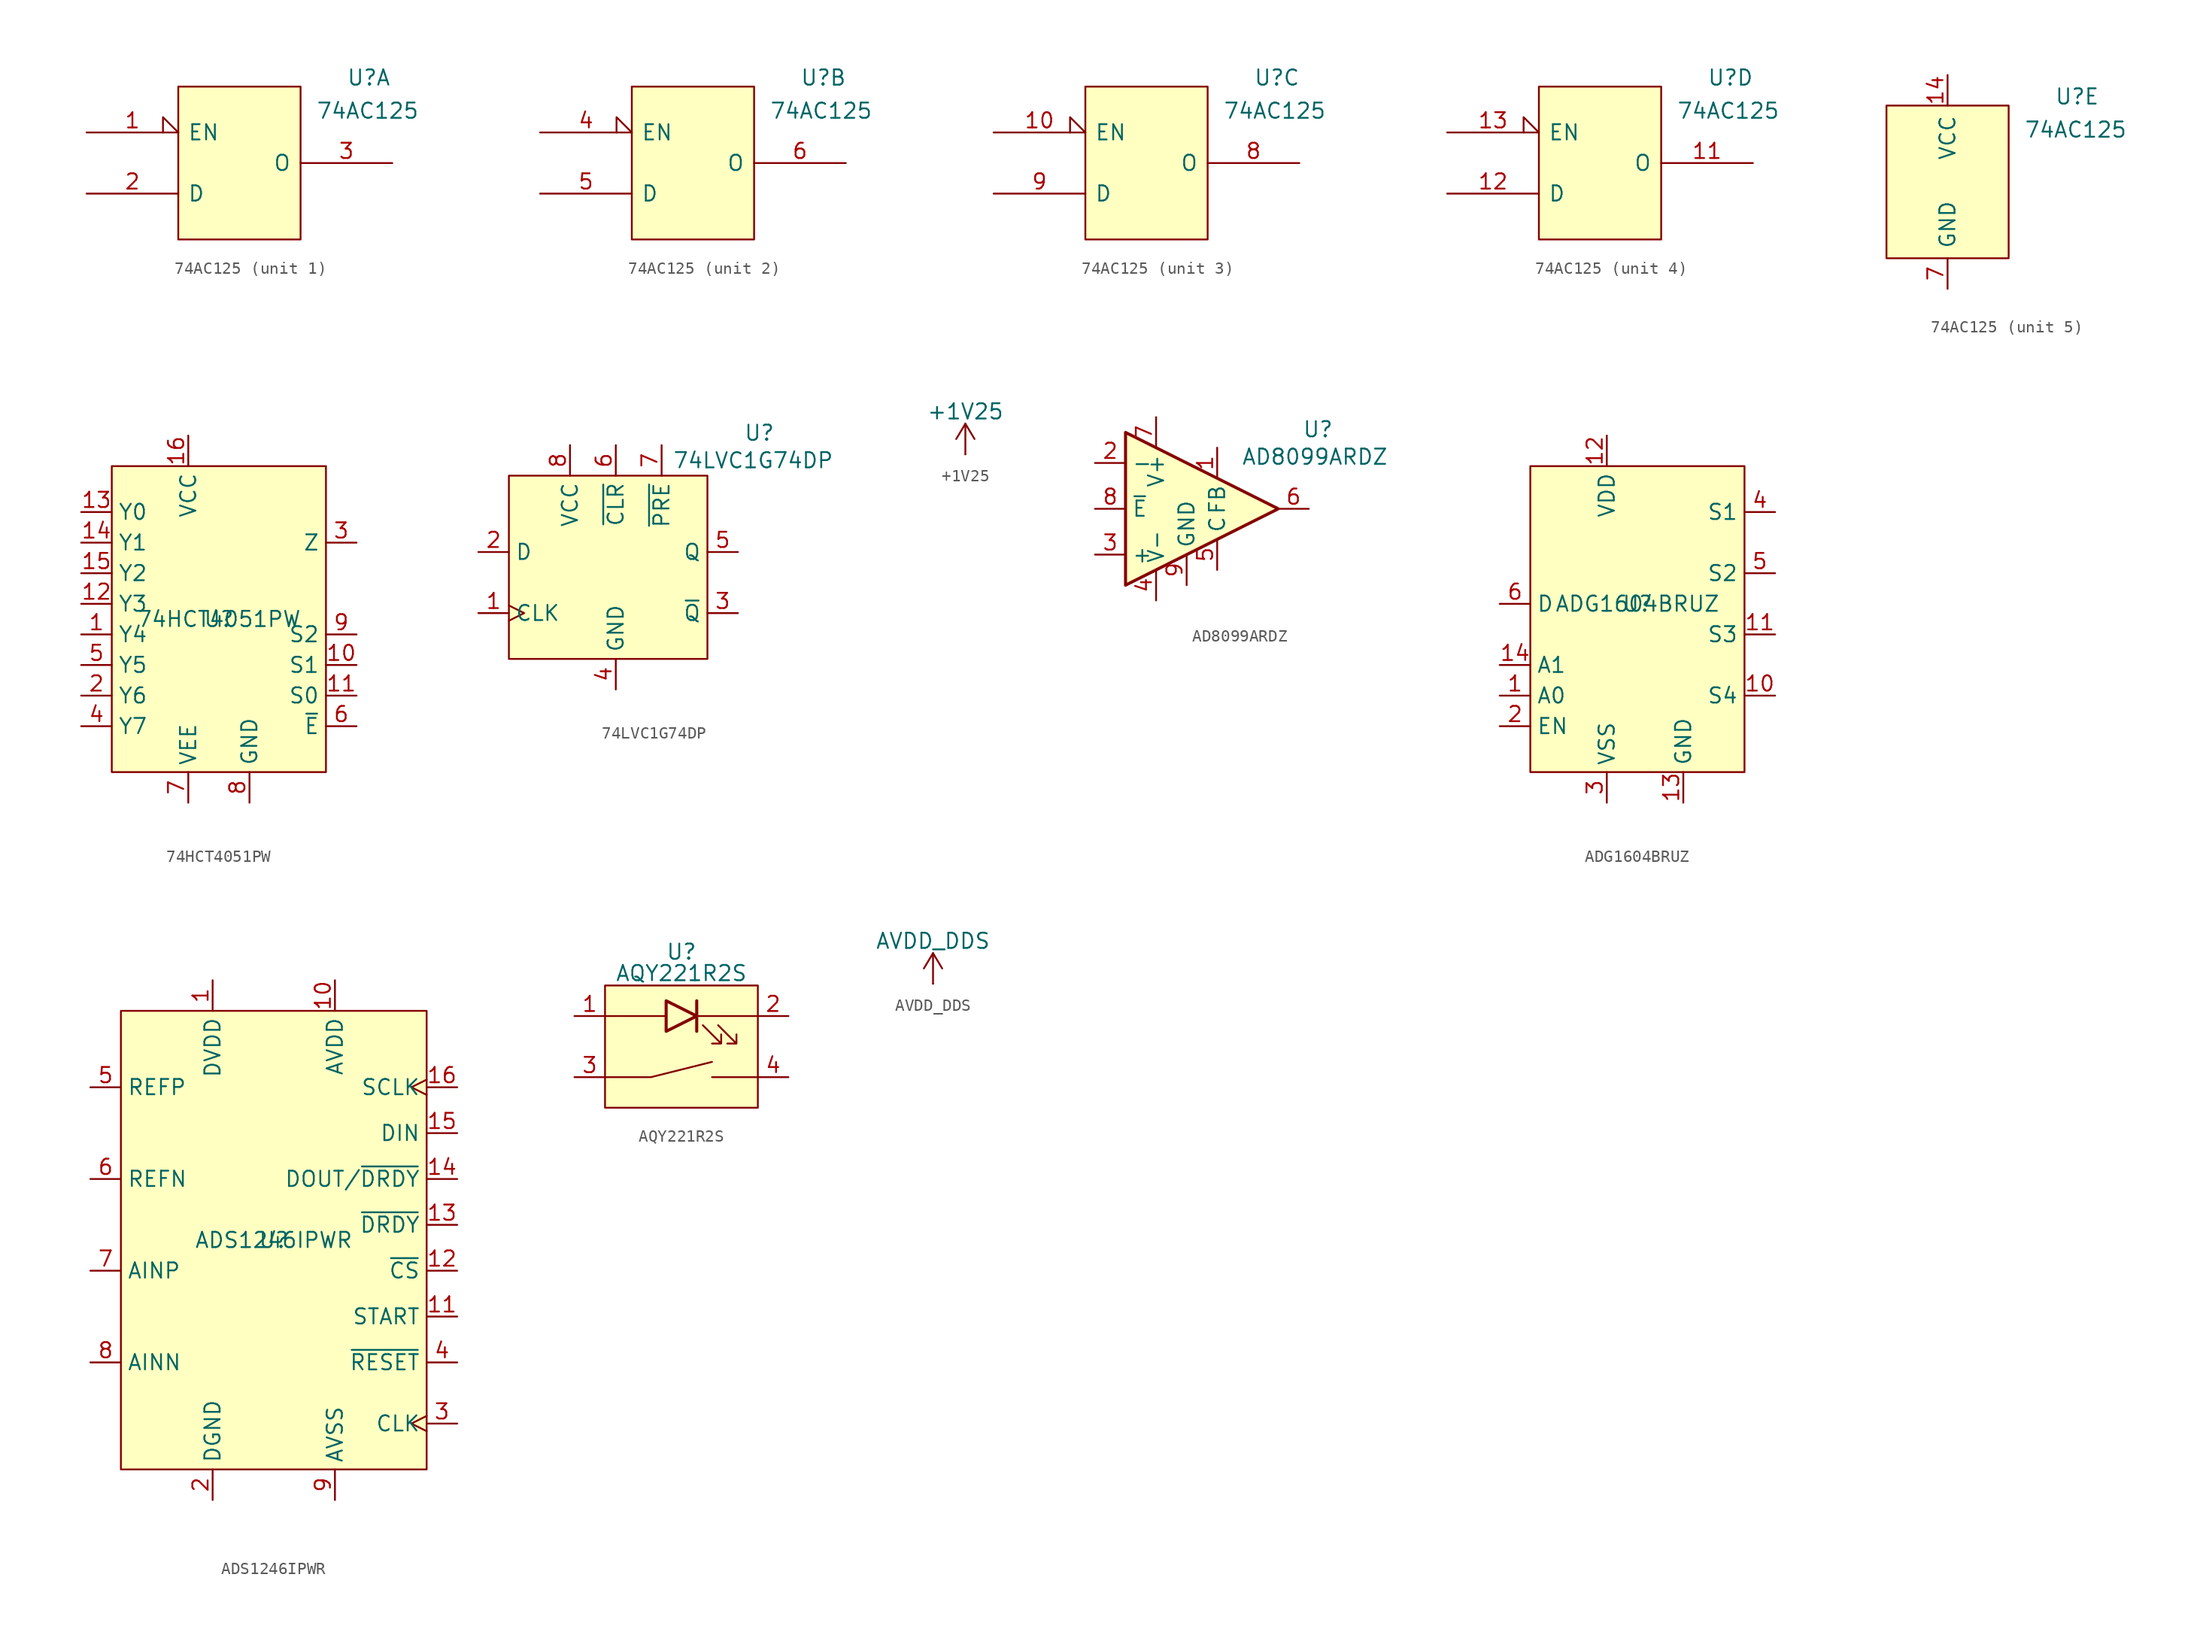
<source format=kicad_sym>
(kicad_symbol_lib
  (version 20231120)
  (generator "kicad_symbol_editor")
  (generator_version "8.0")
  (symbol "74AC125"
    (pin_names
      (offset 0.762))
    (property "Reference" "U"
      (at 8.89 6.35 0)
      (effects (font (size 1.27 1.27)) (justify left bottom)))
    (property "Value" "74AC125"
      (at 6.35 5.08 0)
      (effects (font (size 1.27 1.27)) (justify left top)))
    (symbol "74AC125_0_1"
      (rectangle (start -5.08 6.35) (end 5.08 -6.35) (stroke (width 0) (type default)) (fill (type background))))
    (symbol "74AC125_1_0"
      (pin input input_low (at -12.7 2.54 0) (length 7.62) (name "EN" (effects (font (size 1.27 1.27)))) (number "1" (effects (font (size 1.27 1.27))))))
    (symbol "74AC125_1_1"
      (pin input line (at -12.7 -2.54 0) (length 7.62) (name "D" (effects (font (size 1.27 1.27)))) (number "2" (effects (font (size 1.27 1.27)))))
      (pin tri_state line (at 12.7 0 180) (length 7.62) (name "O" (effects (font (size 1.27 1.27)))) (number "3" (effects (font (size 1.27 1.27))))))
    (symbol "74AC125_2_0"
      (pin input input_low (at -12.7 2.54 0) (length 7.62) (name "EN" (effects (font (size 1.27 1.27)))) (number "4" (effects (font (size 1.27 1.27))))))
    (symbol "74AC125_2_1"
      (pin input line (at -12.7 -2.54 0) (length 7.62) (name "D" (effects (font (size 1.27 1.27)))) (number "5" (effects (font (size 1.27 1.27)))))
      (pin tri_state line (at 12.7 0 180) (length 7.62) (name "O" (effects (font (size 1.27 1.27)))) (number "6" (effects (font (size 1.27 1.27))))))
    (symbol "74AC125_3_0"
      (pin input input_low (at -12.7 2.54 0) (length 7.62) (name "EN" (effects (font (size 1.27 1.27)))) (number "10" (effects (font (size 1.27 1.27))))))
    (symbol "74AC125_3_1"
      (pin tri_state line (at 12.7 0 180) (length 7.62) (name "O" (effects (font (size 1.27 1.27)))) (number "8" (effects (font (size 1.27 1.27)))))
      (pin input line (at -12.7 -2.54 0) (length 7.62) (name "D" (effects (font (size 1.27 1.27)))) (number "9" (effects (font (size 1.27 1.27))))))
    (symbol "74AC125_4_0"
      (pin input input_low (at -12.7 2.54 0) (length 7.62) (name "EN" (effects (font (size 1.27 1.27)))) (number "13" (effects (font (size 1.27 1.27))))))
    (symbol "74AC125_4_1"
      (pin tri_state line (at 12.7 0 180) (length 7.62) (name "O" (effects (font (size 1.27 1.27)))) (number "11" (effects (font (size 1.27 1.27)))))
      (pin input line (at -12.7 -2.54 0) (length 7.62) (name "D" (effects (font (size 1.27 1.27)))) (number "12" (effects (font (size 1.27 1.27))))))
    (symbol "74AC125_5_1"
      (pin passive line (at 0 8.89 270) (length 2.54) (name "VCC" (effects (font (size 1.27 1.27)))) (number "14" (effects (font (size 1.27 1.27)))))
      (pin passive line (at 0 -8.89 90) (length 2.54) (name "GND" (effects (font (size 1.27 1.27)))) (number "7" (effects (font (size 1.27 1.27)))))))
  (symbol "74HCT4051PW"
    (property "Reference" "U"
      (at 0 0 0)
      (effects (font (size 1.27 1.27))))
    (property "Value" "74HCT4051PW"
      (at 0 0 0)
      (effects (font (size 1.27 1.27))))
    (symbol "74HCT4051PW_0_0"
      (pin bidirectional line (at -11.43 -1.27 0) (length 2.54) (name "Y4" (effects (font (size 1.27 1.27)))) (number "1" (effects (font (size 1.27 1.27)))))
      (pin input line (at 11.43 -3.81 180) (length 2.54) (name "S1" (effects (font (size 1.27 1.27)))) (number "10" (effects (font (size 1.27 1.27)))))
      (pin input line (at 11.43 -6.35 180) (length 2.54) (name "S0" (effects (font (size 1.27 1.27)))) (number "11" (effects (font (size 1.27 1.27)))))
      (pin bidirectional line (at -11.43 1.27 0) (length 2.54) (name "Y3" (effects (font (size 1.27 1.27)))) (number "12" (effects (font (size 1.27 1.27)))))
      (pin bidirectional line (at -11.43 8.89 0) (length 2.54) (name "Y0" (effects (font (size 1.27 1.27)))) (number "13" (effects (font (size 1.27 1.27)))))
      (pin bidirectional line (at -11.43 6.35 0) (length 2.54) (name "Y1" (effects (font (size 1.27 1.27)))) (number "14" (effects (font (size 1.27 1.27)))))
      (pin bidirectional line (at -11.43 3.81 0) (length 2.54) (name "Y2" (effects (font (size 1.27 1.27)))) (number "15" (effects (font (size 1.27 1.27)))))
      (pin passive line (at -2.54 15.24 270) (length 2.54) (name "VCC" (effects (font (size 1.27 1.27)))) (number "16" (effects (font (size 1.27 1.27)))))
      (pin bidirectional line (at -11.43 -6.35 0) (length 2.54) (name "Y6" (effects (font (size 1.27 1.27)))) (number "2" (effects (font (size 1.27 1.27)))))
      (pin bidirectional line (at 11.43 6.35 180) (length 2.54) (name "Z" (effects (font (size 1.27 1.27)))) (number "3" (effects (font (size 1.27 1.27)))))
      (pin bidirectional line (at -11.43 -8.89 0) (length 2.54) (name "Y7" (effects (font (size 1.27 1.27)))) (number "4" (effects (font (size 1.27 1.27)))))
      (pin bidirectional line (at -11.43 -3.81 0) (length 2.54) (name "Y5" (effects (font (size 1.27 1.27)))) (number "5" (effects (font (size 1.27 1.27)))))
      (pin bidirectional line (at 11.43 -8.89 180) (length 2.54) (name "~{E}" (effects (font (size 1.27 1.27)))) (number "6" (effects (font (size 1.27 1.27)))))
      (pin passive line (at -2.54 -15.24 90) (length 2.54) (name "VEE" (effects (font (size 1.27 1.27)))) (number "7" (effects (font (size 1.27 1.27)))))
      (pin passive line (at 2.54 -15.24 90) (length 2.54) (name "GND" (effects (font (size 1.27 1.27)))) (number "8" (effects (font (size 1.27 1.27)))))
      (pin input line (at 11.43 -1.27 180) (length 2.54) (name "S2" (effects (font (size 1.27 1.27)))) (number "9" (effects (font (size 1.27 1.27))))))
    (symbol "74HCT4051PW_1_1"
      (rectangle (start -8.89 12.7) (end 8.89 -12.7) (stroke (width 0) (type default)) (fill (type background)))))
  (symbol "74LVC1G74DP"
    (property "Reference" "U"
      (at 11.938 11.176 0)
      (effects (font (size 1.27 1.27))))
    (property "Value" "74LVC1G74DP"
      (at 11.43 8.89 0)
      (effects (font (size 1.27 1.27))))
    (symbol "74LVC1G74DP_0_0"
      (pin input clock (at -11.43 -3.81 0) (length 2.54) (name "CLK" (effects (font (size 1.27 1.27)))) (number "1" (effects (font (size 1.27 1.27)))))
      (pin bidirectional line (at -11.43 1.27 0) (length 2.54) (name "D" (effects (font (size 1.27 1.27)))) (number "2" (effects (font (size 1.27 1.27)))))
      (pin bidirectional line (at 10.16 -3.81 180) (length 2.54) (name "~{Q}" (effects (font (size 1.27 1.27)))) (number "3" (effects (font (size 1.27 1.27)))))
      (pin passive line (at 0 -10.16 90) (length 2.54) (name "GND" (effects (font (size 1.27 1.27)))) (number "4" (effects (font (size 1.27 1.27)))))
      (pin bidirectional line (at 10.16 1.27 180) (length 2.54) (name "Q" (effects (font (size 1.27 1.27)))) (number "5" (effects (font (size 1.27 1.27)))))
      (pin bidirectional line (at 0 10.16 270) (length 2.54) (name "~{CLR}" (effects (font (size 1.27 1.27)))) (number "6" (effects (font (size 1.27 1.27)))))
      (pin bidirectional line (at 3.81 10.16 270) (length 2.54) (name "~{PRE}" (effects (font (size 1.27 1.27)))) (number "7" (effects (font (size 1.27 1.27)))))
      (pin passive line (at -3.81 10.16 270) (length 2.54) (name "VCC" (effects (font (size 1.27 1.27)))) (number "8" (effects (font (size 1.27 1.27))))))
    (symbol "74LVC1G74DP_1_1"
      (rectangle (start -8.89 7.62) (end 7.62 -7.62) (stroke (width 0) (type default)) (fill (type background)))))
  (symbol "+1V25"
    (power)
    (pin_numbers hide)
    (pin_names
      (offset 0) hide)
    (property "Reference" "#PWR"
      (at 0 -3.81 0)
      (effects (font (size 1.27 1.27)) (hide yes)))
    (property "Value" "+1V25"
      (at 0 3.556 0)
      (effects (font (size 1.27 1.27))))
    (symbol "+1V25_0_1"
      (polyline (pts (xy -0.762 1.27) (xy 0 2.54)) (stroke (width 0) (type default)) (fill (type none)))
      (polyline (pts (xy 0 0) (xy 0 2.54)) (stroke (width 0) (type default)) (fill (type none)))
      (polyline (pts (xy 0 2.54) (xy 0.762 1.27)) (stroke (width 0) (type default)) (fill (type none))))
    (symbol "+1V25_1_1"
      (pin power_in line (at 0 0 90) (length 0) (name "~" (effects (font (size 1.27 1.27)))) (number "1" (effects (font (size 1.27 1.27)))))))
  (symbol "AD8099ARDZ"
    (property "Reference" "U"
      (at 10.922 6.604 0)
      (effects (font (size 1.27 1.27))))
    (property "Value" "AD8099ARDZ"
      (at 10.668 4.318 0)
      (effects (font (size 1.27 1.27))))
    (symbol "AD8099ARDZ_0_1"
      (polyline (pts (xy -5.08 6.35) (xy -5.08 -6.35) (xy 7.62 0) (xy -5.08 6.35)) (stroke (width 0.254) (type default)) (fill (type background))))
    (symbol "AD8099ARDZ_1_0"
      (pin input line (at 2.54 5.08 270) (length 2.54) (name "FB" (effects (font (size 1.27 1.27)))) (number "1" (effects (font (size 1.27 1.27)))))
      (pin input line (at -7.62 3.81 0) (length 2.54) (name "-" (effects (font (size 1.27 1.27)))) (number "2" (effects (font (size 1.27 1.27)))))
      (pin input line (at -7.62 -3.81 0) (length 2.54) (name "+" (effects (font (size 1.27 1.27)))) (number "3" (effects (font (size 1.27 1.27)))))
      (pin passive line (at -2.54 -7.62 90) (length 2.54) (name "V-" (effects (font (size 1.27 1.27)))) (number "4" (effects (font (size 1.27 1.27)))))
      (pin passive line (at 2.54 -5.08 90) (length 2.54) (name "C" (effects (font (size 1.27 1.27)))) (number "5" (effects (font (size 1.27 1.27)))))
      (pin output line (at 10.16 0 180) (length 2.54) (name "" (effects (font (size 1.27 1.27)))) (number "6" (effects (font (size 1.27 1.27)))))
      (pin passive line (at -2.54 7.62 270) (length 2.54) (name "V+" (effects (font (size 1.27 1.27)))) (number "7" (effects (font (size 1.27 1.27)))))
      (pin input line (at -7.62 0 0) (length 2.54) (name "~{E}" (effects (font (size 1.27 1.27)))) (number "8" (effects (font (size 1.27 1.27)))))
      (pin passive line (at 0 -6.35 90) (length 2.54) (name "GND" (effects (font (size 1.27 1.27)))) (number "9" (effects (font (size 1.27 1.27)))))))
  (symbol "ADG1604BRUZ"
    (property "Reference" "U"
      (at 0 0 0)
      (effects (font (size 1.27 1.27))))
    (property "Value" "ADG1604BRUZ"
      (at 0 0 0)
      (effects (font (size 1.27 1.27))))
    (symbol "ADG1604BRUZ_0_0"
      (pin input line (at -11.43 -7.62 0) (length 2.54) (name "A0" (effects (font (size 1.27 1.27)))) (number "1" (effects (font (size 1.27 1.27)))))
      (pin bidirectional line (at 11.43 -7.62 180) (length 2.54) (name "S4" (effects (font (size 1.27 1.27)))) (number "10" (effects (font (size 1.27 1.27)))))
      (pin bidirectional line (at 11.43 -2.54 180) (length 2.54) (name "S3" (effects (font (size 1.27 1.27)))) (number "11" (effects (font (size 1.27 1.27)))))
      (pin passive line (at -2.54 13.97 270) (length 2.54) (name "VDD" (effects (font (size 1.27 1.27)))) (number "12" (effects (font (size 1.27 1.27)))))
      (pin passive line (at 3.81 -16.51 90) (length 2.54) (name "GND" (effects (font (size 1.27 1.27)))) (number "13" (effects (font (size 1.27 1.27)))))
      (pin bidirectional line (at -11.43 -5.08 0) (length 2.54) (name "A1" (effects (font (size 1.27 1.27)))) (number "14" (effects (font (size 1.27 1.27)))))
      (pin input line (at -11.43 -10.16 0) (length 2.54) (name "EN" (effects (font (size 1.27 1.27)))) (number "2" (effects (font (size 1.27 1.27)))))
      (pin passive line (at -2.54 -16.51 90) (length 2.54) (name "VSS" (effects (font (size 1.27 1.27)))) (number "3" (effects (font (size 1.27 1.27)))))
      (pin bidirectional line (at 11.43 7.62 180) (length 2.54) (name "S1" (effects (font (size 1.27 1.27)))) (number "4" (effects (font (size 1.27 1.27)))))
      (pin bidirectional line (at 11.43 2.54 180) (length 2.54) (name "S2" (effects (font (size 1.27 1.27)))) (number "5" (effects (font (size 1.27 1.27)))))
      (pin bidirectional line (at -11.43 0 0) (length 2.54) (name "D" (effects (font (size 1.27 1.27)))) (number "6" (effects (font (size 1.27 1.27))))))
    (symbol "ADG1604BRUZ_1_0"
      (pin no_connect line (at -8.89 8.89 0) (length 2.54) hide (name "NC" (effects (font (size 1.27 1.27)))) (number "7" (effects (font (size 1.27 1.27)))))
      (pin no_connect line (at -8.89 6.35 0) (length 2.54) hide (name "NC" (effects (font (size 1.27 1.27)))) (number "8" (effects (font (size 1.27 1.27)))))
      (pin no_connect line (at -8.89 3.81 0) (length 2.54) hide (name "NC" (effects (font (size 1.27 1.27)))) (number "9" (effects (font (size 1.27 1.27))))))
    (symbol "ADG1604BRUZ_1_1"
      (rectangle (start -8.89 11.43) (end 8.89 -13.97) (stroke (width 0) (type default)) (fill (type background)))))
  (symbol "ADS1246IPWR"
    (property "Reference" "U"
      (at 0 0 0)
      (effects (font (size 1.27 1.27))))
    (property "Value" "ADS1246IPWR"
      (at 0 0 0)
      (effects (font (size 1.27 1.27))))
    (symbol "ADS1246IPWR_0_0"
      (pin passive line (at -5.08 21.59 270) (length 2.54) (name "DVDD" (effects (font (size 1.27 1.27)))) (number "1" (effects (font (size 1.27 1.27)))))
      (pin passive line (at 5.08 21.59 270) (length 2.54) (name "AVDD" (effects (font (size 1.27 1.27)))) (number "10" (effects (font (size 1.27 1.27)))))
      (pin input line (at 15.24 -6.35 180) (length 2.54) (name "START" (effects (font (size 1.27 1.27)))) (number "11" (effects (font (size 1.27 1.27)))))
      (pin input line (at 15.24 -2.54 180) (length 2.54) (name "~{CS}" (effects (font (size 1.27 1.27)))) (number "12" (effects (font (size 1.27 1.27)))))
      (pin output line (at 15.24 1.27 180) (length 2.54) (name "~{DRDY}" (effects (font (size 1.27 1.27)))) (number "13" (effects (font (size 1.27 1.27)))))
      (pin output line (at 15.24 5.08 180) (length 2.54) (name "DOUT/~{DRDY}" (effects (font (size 1.27 1.27)))) (number "14" (effects (font (size 1.27 1.27)))))
      (pin input line (at 15.24 8.89 180) (length 2.54) (name "DIN" (effects (font (size 1.27 1.27)))) (number "15" (effects (font (size 1.27 1.27)))))
      (pin input clock (at 15.24 12.7 180) (length 2.54) (name "SCLK" (effects (font (size 1.27 1.27)))) (number "16" (effects (font (size 1.27 1.27)))))
      (pin input clock (at 15.24 -15.24 180) (length 2.54) (name "CLK" (effects (font (size 1.27 1.27)))) (number "3" (effects (font (size 1.27 1.27)))))
      (pin output line (at 15.24 -10.16 180) (length 2.54) (name "~{RESET}" (effects (font (size 1.27 1.27)))) (number "4" (effects (font (size 1.27 1.27)))))
      (pin passive line (at -15.24 12.7 0) (length 2.54) (name "REFP" (effects (font (size 1.27 1.27)))) (number "5" (effects (font (size 1.27 1.27)))))
      (pin passive line (at -15.24 5.08 0) (length 2.54) (name "REFN" (effects (font (size 1.27 1.27)))) (number "6" (effects (font (size 1.27 1.27)))))
      (pin input line (at -15.24 -2.54 0) (length 2.54) (name "AINP" (effects (font (size 1.27 1.27)))) (number "7" (effects (font (size 1.27 1.27)))))
      (pin input line (at -15.24 -10.16 0) (length 2.54) (name "AINN" (effects (font (size 1.27 1.27)))) (number "8" (effects (font (size 1.27 1.27)))))
      (pin passive line (at 5.08 -21.59 90) (length 2.54) (name "AVSS" (effects (font (size 1.27 1.27)))) (number "9" (effects (font (size 1.27 1.27))))))
    (symbol "ADS1246IPWR_1_0"
      (pin passive line (at -5.08 -21.59 90) (length 2.54) (name "DGND" (effects (font (size 1.27 1.27)))) (number "2" (effects (font (size 1.27 1.27))))))
    (symbol "ADS1246IPWR_1_1"
      (rectangle (start -12.7 19.05) (end 12.7 -19.05) (stroke (width 0) (type default)) (fill (type background)))))
  (symbol "AQY221R2S"
    (property "Reference" "U"
      (at 0 7.874 0)
      (effects (font (size 1.27 1.27))))
    (property "Value" "AQY221R2S"
      (at 0 6.096 0)
      (effects (font (size 1.27 1.27))))
    (symbol "AQY221R2S_0_1"
      (polyline (pts (xy -6.35 2.54) (xy -1.27 2.54)) (stroke (width 0) (type default)) (fill (type none)))
      (polyline (pts (xy 1.27 1.27) (xy 1.27 3.81)) (stroke (width 0.254) (type default)) (fill (type none)))
      (polyline (pts (xy 1.27 2.54) (xy 6.35 2.54)) (stroke (width 0) (type default)) (fill (type none)))
      (polyline (pts (xy 2.54 -2.54) (xy 6.35 -2.54)) (stroke (width 0) (type default)) (fill (type none)))
      (polyline (pts (xy -6.35 -2.54) (xy -2.54 -2.54) (xy 2.54 -1.27)) (stroke (width 0) (type default)) (fill (type none)))
      (polyline (pts (xy -1.27 1.27) (xy -1.27 3.81) (xy 1.27 2.54) (xy -1.27 1.27)) (stroke (width 0.254) (type default)) (fill (type none)))
      (polyline (pts (xy 1.778 1.778) (xy 3.302 0.254) (xy 2.54 0.254) (xy 3.302 0.254) (xy 3.302 1.016)) (stroke (width 0) (type default)) (fill (type none)))
      (polyline (pts (xy 3.048 1.778) (xy 4.572 0.254) (xy 3.81 0.254) (xy 4.572 0.254) (xy 4.572 1.016)) (stroke (width 0) (type default)) (fill (type none))))
    (symbol "AQY221R2S_1_1"
      (rectangle (start -6.35 5.08) (end 6.35 -5.08) (stroke (width 0) (type default)) (fill (type background)))
      (pin passive line (at -8.89 2.54 0) (length 2.54) (name "" (effects (font (size 1.27 1.27)))) (number "1" (effects (font (size 1.27 1.27)))))
      (pin passive line (at 8.89 2.54 180) (length 2.54) (name "" (effects (font (size 1.27 1.27)))) (number "2" (effects (font (size 1.27 1.27)))))
      (pin bidirectional line (at -8.89 -2.54 0) (length 2.54) (name "" (effects (font (size 1.27 1.27)))) (number "3" (effects (font (size 1.27 1.27)))))
      (pin bidirectional line (at 8.89 -2.54 180) (length 2.54) (name "" (effects (font (size 1.27 1.27)))) (number "4" (effects (font (size 1.27 1.27)))))))
  (symbol "AVDD_DDS"
    (power)
    (pin_numbers hide)
    (pin_names
      (offset 0) hide)
    (property "Reference" "#PWR"
      (at 0 -3.81 0)
      (effects (font (size 1.27 1.27)) (hide yes)))
    (property "Value" "AVDD_DDS"
      (at 0 3.556 0)
      (effects (font (size 1.27 1.27))))
    (symbol "AVDD_DDS_0_1"
      (polyline (pts (xy -0.762 1.27) (xy 0 2.54)) (stroke (width 0) (type default)) (fill (type none)))
      (polyline (pts (xy 0 0) (xy 0 2.54)) (stroke (width 0) (type default)) (fill (type none)))
      (polyline (pts (xy 0 2.54) (xy 0.762 1.27)) (stroke (width 0) (type default)) (fill (type none))))
    (symbol "AVDD_DDS_1_1"
      (pin power_in line (at 0 0 90) (length 0) (name "~" (effects (font (size 1.27 1.27)))) (number "1" (effects (font (size 1.27 1.27))))))))
</source>
